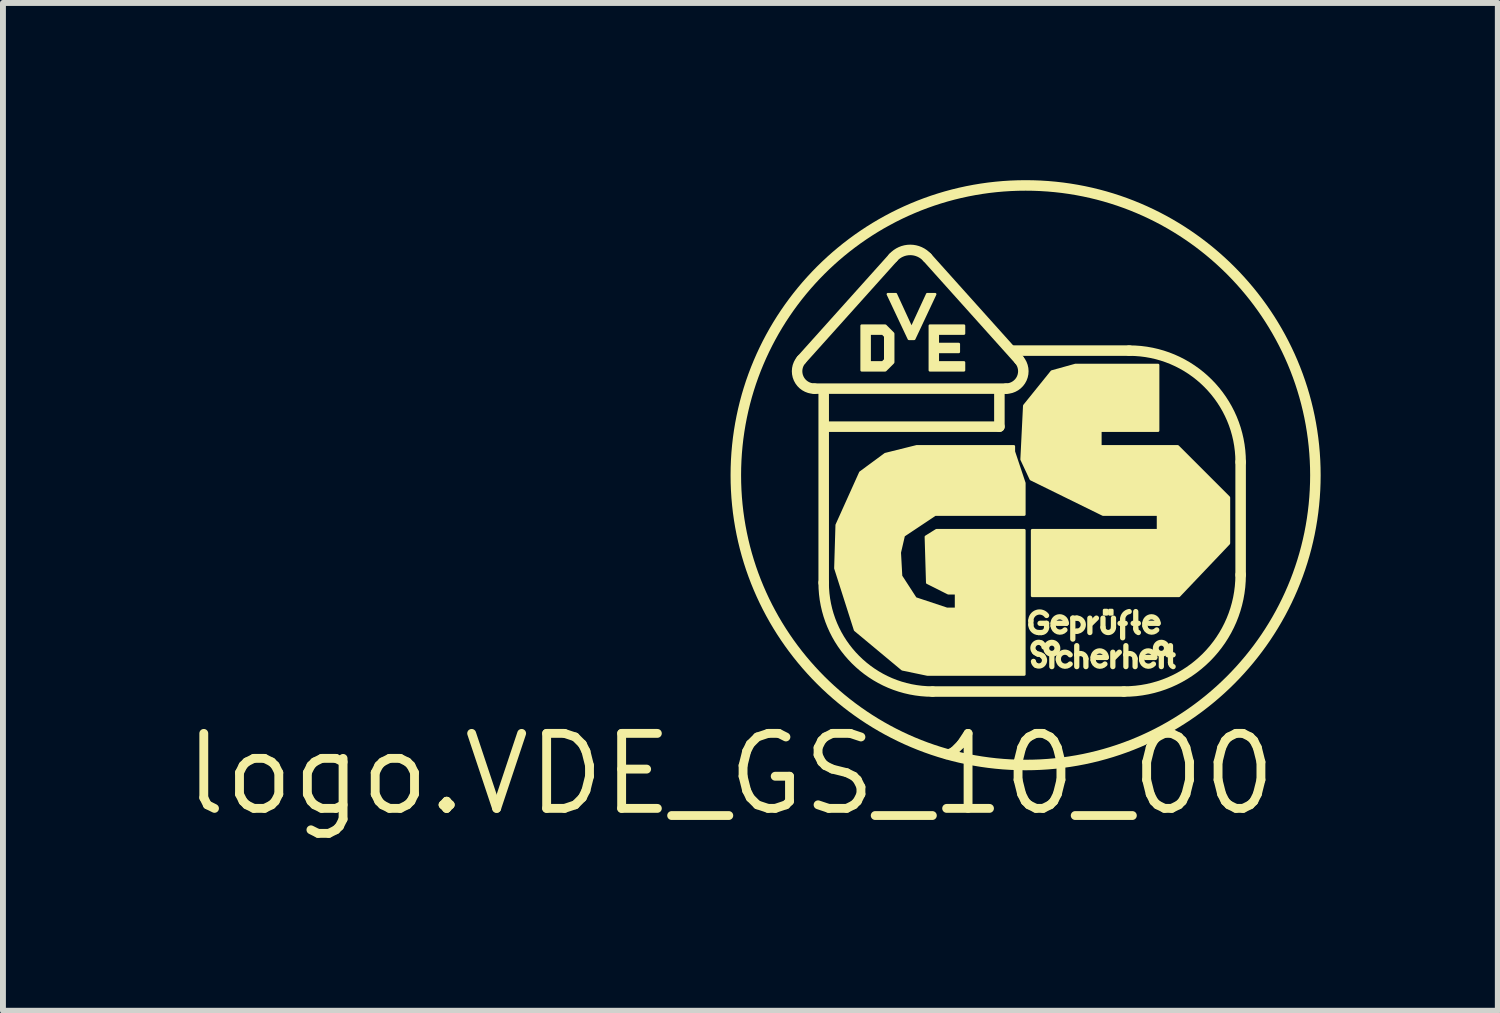
<source format=kicad_pcb>
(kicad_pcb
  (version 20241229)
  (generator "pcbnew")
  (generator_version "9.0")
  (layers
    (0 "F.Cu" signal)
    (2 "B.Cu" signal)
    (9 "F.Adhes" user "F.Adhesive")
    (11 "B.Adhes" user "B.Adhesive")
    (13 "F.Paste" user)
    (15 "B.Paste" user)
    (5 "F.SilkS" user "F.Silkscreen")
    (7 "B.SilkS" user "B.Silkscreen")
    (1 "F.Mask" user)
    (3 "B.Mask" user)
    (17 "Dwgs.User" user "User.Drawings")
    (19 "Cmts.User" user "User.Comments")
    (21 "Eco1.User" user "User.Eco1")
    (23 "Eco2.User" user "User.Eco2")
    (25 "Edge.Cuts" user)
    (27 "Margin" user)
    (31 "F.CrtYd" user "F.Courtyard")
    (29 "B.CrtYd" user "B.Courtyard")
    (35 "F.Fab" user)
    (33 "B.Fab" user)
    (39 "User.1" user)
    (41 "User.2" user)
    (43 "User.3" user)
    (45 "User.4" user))
  (footprint "logo.VDE_GS_10_00"
    (layer "F.Cu")
    (at 9.321 10.059)
    (property "Reference" "logo.VDE_GS_10_00" (at 0 0 0) (layer "F.SilkS") (effects (font (size 1.27 1.27) (thickness 0.15))))
    (fp_line (start 1.421 -6.528) (end 4.663 -6.528) (stroke (width 0.178) (type default)) (layer "F.SilkS"))
    (fp_line (start 1.577 -6.439) (end 1.577 -3.242) (stroke (width 0.178) (type default)) (layer "F.SilkS"))
    (fp_line (start 1.665 -5.884) (end 4.552 -5.884) (stroke (width 0.178) (type default)) (layer "F.SilkS"))
    (fp_line (start 2.753 -8.748) (end 1.199 -7.016) (stroke (width 0.178) (type default)) (layer "F.SilkS"))
    (fp_line (start 3.419 -1.399) (end 6.661 -1.399) (stroke (width 0.178) (type default)) (layer "F.SilkS"))
    (fp_line (start 4.552 -5.884) (end 4.552 -6.484) (stroke (width 0.178) (type default)) (layer "F.SilkS"))
    (fp_line (start 4.885 -7.016) (end 3.331 -8.748) (stroke (width 0.178) (type default)) (layer "F.SilkS"))
    (fp_line (start 5.085 -2.531) (end 5.085 -2.598) (stroke (width 0.089) (type default)) (layer "F.SilkS"))
    (fp_line (start 5.24 -2.554) (end 5.351 -2.554) (stroke (width 0.089) (type default)) (layer "F.SilkS"))
    (fp_line (start 5.262 -2.398) (end 5.218 -2.398) (stroke (width 0.089) (type default)) (layer "F.SilkS"))
    (fp_line (start 5.351 -2.554) (end 5.351 -2.487) (stroke (width 0.089) (type default)) (layer "F.SilkS"))
    (fp_line (start 5.44 -1.821) (end 5.44 -2.021) (stroke (width 0.089) (type default)) (layer "F.SilkS"))
    (fp_line (start 5.462 -2.554) (end 5.462 -2.509) (stroke (width 0.089) (type default)) (layer "F.SilkS"))
    (fp_line (start 5.529 -2.554) (end 5.684 -2.554) (stroke (width 0.089) (type default)) (layer "F.SilkS"))
    (fp_line (start 5.551 -1.954) (end 5.551 -1.932) (stroke (width 0.089) (type default)) (layer "F.SilkS"))
    (fp_line (start 5.795 -2.642) (end 5.795 -2.287) (stroke (width 0.089) (type default)) (layer "F.SilkS"))
    (fp_line (start 5.795 -2.642) (end 5.862 -2.642) (stroke (width 0.089) (type default)) (layer "F.SilkS"))
    (fp_line (start 5.862 -2.42) (end 5.84 -2.42) (stroke (width 0.089) (type default)) (layer "F.SilkS"))
    (fp_line (start 5.862 -2.176) (end 5.862 -2.021) (stroke (width 0.089) (type default)) (layer "F.SilkS"))
    (fp_line (start 5.862 -2.021) (end 5.862 -1.821) (stroke (width 0.089) (type default)) (layer "F.SilkS"))
    (fp_line (start 6.017 -1.821) (end 6.017 -1.954) (stroke (width 0.089) (type default)) (layer "F.SilkS"))
    (fp_line (start 6.084 -2.398) (end 6.084 -2.642) (stroke (width 0.089) (type default)) (layer "F.SilkS"))
    (fp_line (start 6.139 -1.976) (end 6.139 -1.932) (stroke (width 0.089) (type default)) (layer "F.SilkS"))
    (fp_line (start 6.195 -2.642) (end 6.106 -2.554) (stroke (width 0.089) (type default)) (layer "F.SilkS"))
    (fp_line (start 6.206 -1.976) (end 6.362 -1.976) (stroke (width 0.089) (type default)) (layer "F.SilkS"))
    (fp_line (start 6.306 -2.642) (end 6.306 -2.487) (stroke (width 0.089) (type default)) (layer "F.SilkS"))
    (fp_line (start 6.473 -1.821) (end 6.473 -2.065) (stroke (width 0.089) (type default)) (layer "F.SilkS"))
    (fp_line (start 6.484 -2.487) (end 6.484 -2.642) (stroke (width 0.089) (type default)) (layer "F.SilkS"))
    (fp_line (start 6.583 -2.065) (end 6.495 -1.976) (stroke (width 0.089) (type default)) (layer "F.SilkS"))
    (fp_line (start 6.595 -2.554) (end 6.683 -2.554) (stroke (width 0.089) (type default)) (layer "F.SilkS"))
    (fp_line (start 6.639 -2.309) (end 6.639 -2.62) (stroke (width 0.089) (type default)) (layer "F.SilkS"))
    (fp_line (start 6.694 -2.176) (end 6.694 -2.021) (stroke (width 0.089) (type default)) (layer "F.SilkS"))
    (fp_line (start 6.694 -2.021) (end 6.694 -1.821) (stroke (width 0.089) (type default)) (layer "F.SilkS"))
    (fp_line (start 6.75 -7.172) (end 4.796 -7.172) (stroke (width 0.178) (type default)) (layer "F.SilkS"))
    (fp_line (start 6.817 -2.554) (end 6.905 -2.554) (stroke (width 0.089) (type default)) (layer "F.SilkS"))
    (fp_line (start 6.85 -1.821) (end 6.85 -1.954) (stroke (width 0.089) (type default)) (layer "F.SilkS"))
    (fp_line (start 6.861 -2.753) (end 6.861 -2.465) (stroke (width 0.089) (type default)) (layer "F.SilkS"))
    (fp_line (start 6.961 -1.976) (end 6.961 -1.932) (stroke (width 0.089) (type default)) (layer "F.SilkS"))
    (fp_line (start 7.016 -2.554) (end 7.016 -2.509) (stroke (width 0.089) (type default)) (layer "F.SilkS"))
    (fp_line (start 7.028 -1.976) (end 7.183 -1.976) (stroke (width 0.089) (type default)) (layer "F.SilkS"))
    (fp_line (start 7.083 -2.554) (end 7.239 -2.554) (stroke (width 0.089) (type default)) (layer "F.SilkS"))
    (fp_line (start 7.294 -1.821) (end 7.294 -2.021) (stroke (width 0.089) (type default)) (layer "F.SilkS"))
    (fp_line (start 7.405 -2.021) (end 7.494 -2.021) (stroke (width 0.089) (type default)) (layer "F.SilkS"))
    (fp_line (start 7.449 -2.176) (end 7.449 -1.887) (stroke (width 0.089) (type default)) (layer "F.SilkS"))
    (fp_line (start 8.637 -3.375) (end 8.637 -5.285) (stroke (width 0.178) (type default)) (layer "F.SilkS"))
    (fp_rect (start 6.328 -2.709) (end 6.373 -2.776) (stroke (width 0.05) (type default)) (fill yes) (layer "F.SilkS"))
    (fp_rect (start 6.417 -2.709) (end 6.461 -2.776) (stroke (width 0.05) (type default)) (fill yes) (layer "F.SilkS"))
    (fp_arc (start 1.4211 -6.528) (mid 1.15279 -6.700751) (end 1.199 -7.0165) (stroke (width 0.1776) (type default)) (layer "F.SilkS"))
    (fp_arc (start 2.7533 -8.7484) (mid 3.04195 -8.877214) (end 3.3306 -8.7484) (stroke (width 0.1776) (type default)) (layer "F.SilkS"))
    (fp_arc (start 3.4194 -1.3989) (mid 2.116273 -1.938673) (end 1.5765 -3.2418) (stroke (width 0.1776) (type default)) (layer "F.SilkS"))
    (fp_arc (start 4.8849 -7.0165) (mid 4.931189 -6.70077) (end 4.6629 -6.528) (stroke (width 0.1776) (type default)) (layer "F.SilkS"))
    (fp_arc (start 5.0847 -2.5979) (mid 5.185944 -2.738353) (end 5.3512 -2.6867) (stroke (width 0.0888) (type default)) (layer "F.SilkS"))
    (fp_arc (start 5.1513 -2.065) (mid 5.137851 -2.192029) (end 5.2624 -2.2204) (stroke (width 0.0888) (type default)) (layer "F.SilkS"))
    (fp_arc (start 5.1735 -1.8429) (mid 5.143132 -1.870755) (end 5.1291 -1.9095) (stroke (width 0.0888) (type default)) (layer "F.SilkS"))
    (fp_arc (start 5.2069 -2.0317) (mid 5.176797 -2.044504) (end 5.1513 -2.065) (stroke (width 0.0888) (type default)) (layer "F.SilkS"))
    (fp_arc (start 5.2069 -2.0317) (mid 5.249275 -2.023274) (end 5.2846 -1.9984) (stroke (width 0.0888) (type default)) (layer "F.SilkS"))
    (fp_arc (start 5.218 -2.398) (mid 5.123743 -2.437043) (end 5.0847 -2.5313) (stroke (width 0.0888) (type default)) (layer "F.SilkS"))
    (fp_arc (start 5.2624 -2.2204) (mid 5.292768 -2.192545) (end 5.3068 -2.1538) (stroke (width 0.0888) (type default)) (layer "F.SilkS"))
    (fp_arc (start 5.2846 -1.9984) (mid 5.298098 -1.871317) (end 5.1735 -1.8429) (stroke (width 0.0888) (type default)) (layer "F.SilkS"))
    (fp_arc (start 5.3512 -2.4869) (mid 5.325197 -2.424074) (end 5.2624 -2.398) (stroke (width 0.0888) (type default)) (layer "F.SilkS"))
    (fp_arc (start 5.4622 -2.5535) (mid 5.5732 -2.6645) (end 5.6842 -2.5535) (stroke (width 0.0888) (type default)) (layer "F.SilkS"))
    (fp_arc (start 5.551 -1.954) (mid 5.626945 -2.059351) (end 5.7509 -2.0206) (stroke (width 0.0888) (type default)) (layer "F.SilkS"))
    (fp_arc (start 5.662 -2.4424) (mid 5.540417 -2.410798) (end 5.4622 -2.5091) (stroke (width 0.0888) (type default)) (layer "F.SilkS"))
    (fp_arc (start 5.7509 -1.8651) (mid 5.629262 -1.833452) (end 5.551 -1.9318) (stroke (width 0.0888) (type default)) (layer "F.SilkS"))
    (fp_arc (start 5.8619 -2.6423) (mid 5.97295 -2.53125) (end 5.8619 -2.4202) (stroke (width 0.0888) (type default)) (layer "F.SilkS"))
    (fp_arc (start 5.8619 -2.0206) (mid 5.960192 -2.035349) (end 6.0173 -1.954) (stroke (width 0.0888) (type default)) (layer "F.SilkS"))
    (fp_arc (start 6.1394 -1.9762) (mid 6.25045 -2.08725) (end 6.3615 -1.9762) (stroke (width 0.0888) (type default)) (layer "F.SilkS"))
    (fp_arc (start 6.3393 -1.8651) (mid 6.217662 -1.833452) (end 6.1394 -1.9318) (stroke (width 0.0888) (type default)) (layer "F.SilkS"))
    (fp_arc (start 6.4836 -2.4869) (mid 6.3948 -2.3981) (end 6.306 -2.4869) (stroke (width 0.0888) (type default)) (layer "F.SilkS"))
    (fp_arc (start 6.639 -2.6201) (mid 6.670383 -2.706798) (end 6.75 -2.7533) (stroke (width 0.0888) (type default)) (layer "F.SilkS"))
    (fp_arc (start 6.6945 -2.0206) (mid 6.792825 -2.035338) (end 6.85 -1.954) (stroke (width 0.0888) (type default)) (layer "F.SilkS"))
    (fp_arc (start 6.75 -7.1719) (mid 8.084587 -6.619158) (end 8.6374 -5.2846) (stroke (width 0.1776) (type default)) (layer "F.SilkS"))
    (fp_arc (start 6.9055 -2.398) (mid 6.873198 -2.424626) (end 6.8611 -2.4647) (stroke (width 0.0888) (type default)) (layer "F.SilkS"))
    (fp_arc (start 6.961 -1.9762) (mid 7.072 -2.0872) (end 7.183 -1.9762) (stroke (width 0.0888) (type default)) (layer "F.SilkS"))
    (fp_arc (start 7.0165 -2.5535) (mid 7.1275 -2.6645) (end 7.2385 -2.5535) (stroke (width 0.0888) (type default)) (layer "F.SilkS"))
    (fp_arc (start 7.1608 -1.8651) (mid 7.039217 -1.833498) (end 6.961 -1.9318) (stroke (width 0.0888) (type default)) (layer "F.SilkS"))
    (fp_arc (start 7.2163 -2.4424) (mid 7.094717 -2.410798) (end 7.0165 -2.5091) (stroke (width 0.0888) (type default)) (layer "F.SilkS"))
    (fp_arc (start 7.4939 -1.8207) (mid 7.461626 -1.847284) (end 7.4495 -1.8873) (stroke (width 0.0888) (type default)) (layer "F.SilkS"))
    (fp_arc (start 8.6374 -3.375) (mid 8.058549 -1.97768) (end 6.6612 -1.3989) (stroke (width 0.1776) (type default)) (layer "F.SilkS"))
    (fp_circle (center 4.996 -5.062) (end 9.903 -5.062) (stroke (width 0.178) (type default)) (fill no) (layer "F.SilkS"))
    (fp_circle (center 5.44 -2.132) (end 5.484 -2.132) (stroke (width 0.1) (type default)) (fill no) (layer "F.SilkS"))
    (fp_circle (center 7.294 -2.132) (end 7.338 -2.132) (stroke (width 0.1) (type default)) (fill no) (layer "F.SilkS"))
    (fp_poly (pts (xy 2.664 -8.127) (xy 2.798 -8.127) (xy 3.064 -7.549) (xy 3.331 -8.127) (xy 3.464 -8.127) (xy 3.109 -7.372) (xy 3.02 -7.372)) (stroke (width 0.044) (type default)) (fill yes) (layer "F.SilkS"))
    (fp_poly (pts (xy 3.375 -6.839) (xy 3.375 -7.594) (xy 3.952 -7.594) (xy 3.952 -7.461) (xy 3.508 -7.461) (xy 3.508 -7.283) (xy 3.864 -7.283) (xy 3.864 -7.15) (xy 3.508 -7.15) (xy 3.508 -6.972) (xy 3.952 -6.972) (xy 3.952 -6.839)) (stroke (width 0.044) (type default)) (fill yes) (layer "F.SilkS"))
    (fp_poly (pts (xy 2.22 -7.594) (xy 2.22 -6.839) (xy 2.62 -6.839) (xy 2.753 -6.972) (xy 2.753 -7.461) (xy 2.62 -7.594) (xy 2.232 -7.594) (xy 2.365 -7.461) (xy 2.576 -7.461) (xy 2.62 -7.416) (xy 2.62 -7.016) (xy 2.576 -6.972) (xy 2.354 -6.972) (xy 2.354 -7.461)) (stroke (width 0.044) (type default)) (fill yes) (layer "F.SilkS"))
    (fp_poly (pts (xy 5.107 -3.02) (xy 5.107 -4.13) (xy 7.216 -4.13) (xy 7.239 -4.13) (xy 7.239 -4.396) (xy 6.306 -4.396) (xy 5.085 -4.996) (xy 4.929 -5.329) (xy 4.974 -6.239) (xy 5.44 -6.817) (xy 5.84 -6.928) (xy 7.239 -6.928) (xy 7.239 -5.817) (xy 6.284 -5.817) (xy 6.261 -5.817) (xy 6.261 -5.551) (xy 7.572 -5.551) (xy 8.438 -4.685) (xy 8.438 -3.908) (xy 7.594 -3.02)) (stroke (width 0.044) (type default)) (fill yes) (layer "F.SilkS"))
    (fp_poly (pts (xy 4.974 -1.688) (xy 3.331 -1.688) (xy 2.909 -1.776) (xy 2.109 -2.442) (xy 1.776 -3.486) (xy 1.798 -4.219) (xy 2.198 -5.107) (xy 2.62 -5.418) (xy 3.153 -5.551) (xy 4.796 -5.551) (xy 4.796 -5.462) (xy 4.974 -4.929) (xy 4.974 -4.396) (xy 3.464 -4.396) (xy 2.931 -4.041) (xy 2.864 -3.752) (xy 2.886 -3.353) (xy 3.131 -2.975) (xy 3.664 -2.798) (xy 3.819 -2.798) (xy 3.819 -3.064) (xy 3.686 -3.064) (xy 3.331 -3.242) (xy 3.308 -4.019) (xy 3.486 -4.13) (xy 4.974 -4.13)) (stroke (width 0.044) (type default)) (fill yes) (layer "F.SilkS")))
  (gr_rect
    (start -3 -3)
    (end 22.313 14.065)
    (stroke (width 0.1) (type default))
    (fill no)
    (layer "Edge.Cuts")))
</source>
